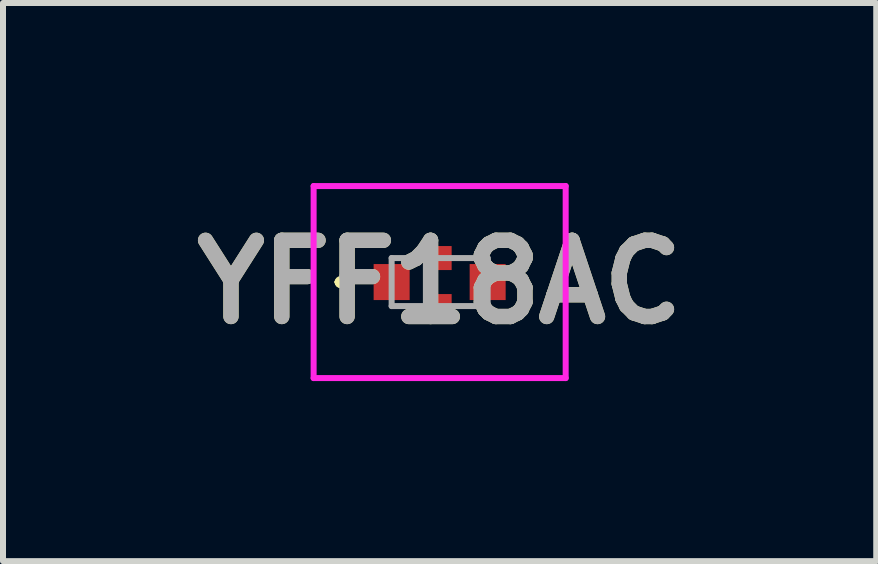
<source format=kicad_pcb>
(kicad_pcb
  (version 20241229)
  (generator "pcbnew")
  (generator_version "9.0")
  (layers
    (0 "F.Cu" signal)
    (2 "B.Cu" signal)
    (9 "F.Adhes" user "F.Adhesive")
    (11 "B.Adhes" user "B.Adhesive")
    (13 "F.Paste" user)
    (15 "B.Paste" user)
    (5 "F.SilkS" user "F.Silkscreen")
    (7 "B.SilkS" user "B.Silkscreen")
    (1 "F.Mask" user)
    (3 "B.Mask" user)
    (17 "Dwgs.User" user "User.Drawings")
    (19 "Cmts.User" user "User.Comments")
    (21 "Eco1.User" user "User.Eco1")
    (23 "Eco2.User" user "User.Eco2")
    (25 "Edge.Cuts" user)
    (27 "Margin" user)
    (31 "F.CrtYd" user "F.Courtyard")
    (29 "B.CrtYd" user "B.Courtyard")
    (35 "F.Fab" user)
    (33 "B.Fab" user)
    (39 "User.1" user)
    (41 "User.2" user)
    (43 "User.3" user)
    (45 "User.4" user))
  (footprint "YFF18AC"
    (layer "F.Cu")
    (at 4.276 1.65)
    (property "Reference" "YFF18AC" (at 0 0 0) (layer "F.SilkS") (effects (font (size 1.27 1.27) (thickness 0.254))))
    (attr smd)
    (fp_line (start -1.7 0) (end -1.7 0) (stroke (width 0.1) (type solid)) (layer "F.SilkS"))
    (fp_line (start -1.7 0) (end -1.7 0) (stroke (width 0.1) (type solid)) (layer "F.SilkS"))
    (fp_line (start -1.6 0) (end -1.6 0) (stroke (width 0.1) (type solid)) (layer "F.SilkS"))
    (fp_arc (start -1.7 0) (mid -1.65 -0.05) (end -1.6 0) (stroke (width 0.1) (type solid)) (layer "F.SilkS"))
    (fp_arc (start -1.6 0) (mid -1.65 0.05) (end -1.7 0) (stroke (width 0.1) (type solid)) (layer "F.SilkS"))
    (fp_arc (start -1.6 0) (mid -1.65 0.05) (end -1.7 0) (stroke (width 0.1) (type solid)) (layer "F.SilkS"))
    (fp_line (start -2.1 -1.6) (end 2.1 -1.6) (stroke (width 0.1) (type solid)) (layer "F.CrtYd"))
    (fp_line (start -2.1 1.6) (end -2.1 -1.6) (stroke (width 0.1) (type solid)) (layer "F.CrtYd"))
    (fp_line (start 2.1 -1.6) (end 2.1 1.6) (stroke (width 0.1) (type solid)) (layer "F.CrtYd"))
    (fp_line (start 2.1 1.6) (end -2.1 1.6) (stroke (width 0.1) (type solid)) (layer "F.CrtYd"))
    (fp_line (start -0.8 -0.4) (end -0.8 0.4) (stroke (width 0.1) (type solid)) (layer "F.Fab"))
    (fp_line (start -0.8 0.4) (end 0.8 0.4) (stroke (width 0.1) (type solid)) (layer "F.Fab"))
    (fp_line (start 0.8 -0.4) (end -0.8 -0.4) (stroke (width 0.1) (type solid)) (layer "F.Fab"))
    (fp_line (start 0.8 0.4) (end 0.8 -0.4) (stroke (width 0.1) (type solid)) (layer "F.Fab"))
    (fp_text user "${REFERENCE}" (at 0 0 0) (layer "F.Fab") (effects (font (size 1.27 1.27) (thickness 0.254))))
    (pad "1" smd rect (at -0.8 0 90) (size 0.6 0.6) (layers "F.Cu" "F.Mask" "F.Paste"))
    (pad "2" smd rect (at 0 0.4 90) (size 0.4 0.4) (layers "F.Cu" "F.Mask" "F.Paste"))
    (pad "3" smd rect (at 0.8 0 90) (size 0.6 0.6) (layers "F.Cu" "F.Mask" "F.Paste"))
    (pad "4" smd rect (at 0 -0.4 90) (size 0.4 0.4) (layers "F.Cu" "F.Mask" "F.Paste")))
  (gr_rect
    (start -3 -3)
    (end 11.551 6.3)
    (stroke (width 0.1) (type default))
    (fill no)
    (layer "Edge.Cuts")))
</source>
